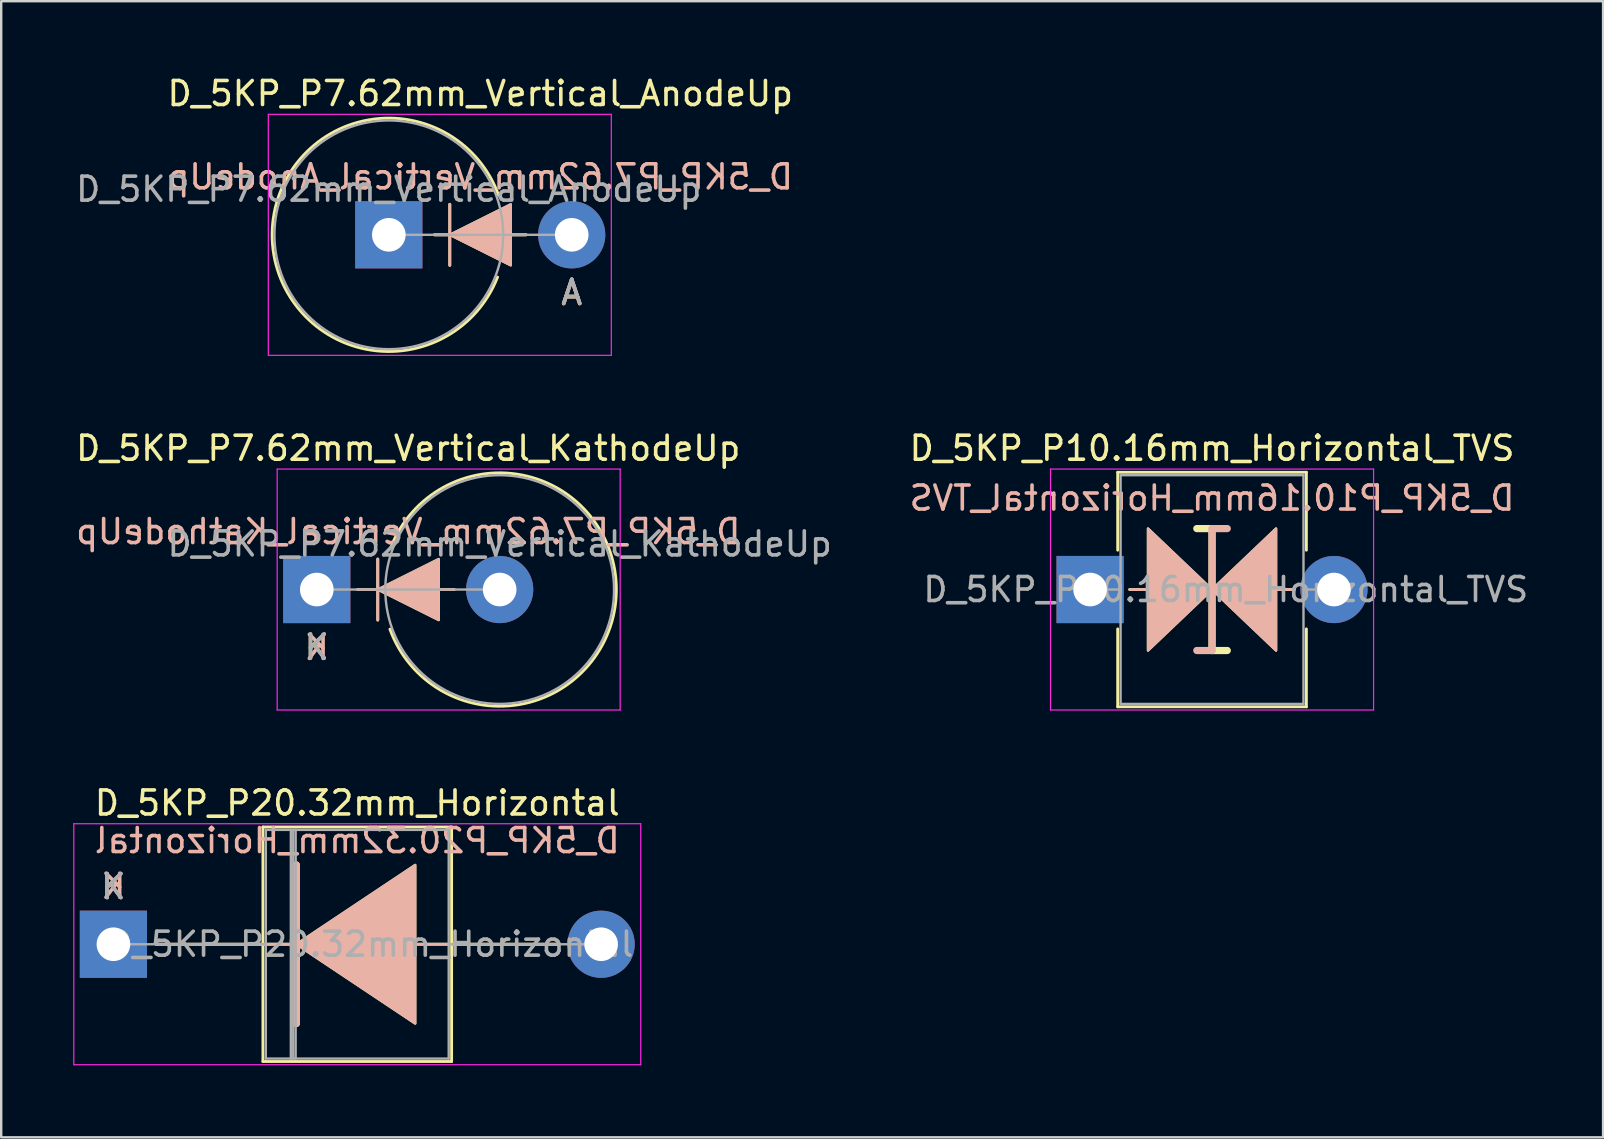
<source format=kicad_pcb>
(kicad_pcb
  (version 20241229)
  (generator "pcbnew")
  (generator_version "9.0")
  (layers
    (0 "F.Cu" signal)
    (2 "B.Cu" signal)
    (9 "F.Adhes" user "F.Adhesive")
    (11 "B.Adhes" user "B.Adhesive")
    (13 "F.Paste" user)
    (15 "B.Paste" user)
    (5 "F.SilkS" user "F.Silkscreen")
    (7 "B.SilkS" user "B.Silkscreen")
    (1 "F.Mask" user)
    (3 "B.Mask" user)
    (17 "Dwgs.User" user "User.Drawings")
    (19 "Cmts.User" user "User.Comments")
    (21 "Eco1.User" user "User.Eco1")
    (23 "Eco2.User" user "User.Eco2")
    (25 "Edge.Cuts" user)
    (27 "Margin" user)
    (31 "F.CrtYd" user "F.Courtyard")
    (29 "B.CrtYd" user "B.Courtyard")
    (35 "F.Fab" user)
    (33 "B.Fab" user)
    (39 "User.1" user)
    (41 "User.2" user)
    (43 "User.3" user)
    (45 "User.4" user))
  (footprint "D_5KP_P20.32mm_Horizontal"
    (layer "F.Cu")
    (at 1.675 36.29)
    (property "Reference" "D_5KP_P20.32mm_Horizontal" (at 10.16 -5.885 0) (layer "F.SilkS") (effects (font (size 1 1) (thickness 0.15))))
    (fp_line (start 1.778 0) (end 7.493 0) (stroke (width 0.12) (type solid)) (layer "F.SilkS"))
    (fp_line (start 6.23 -4.885) (end 6.23 4.885) (stroke (width 0.12) (type solid)) (layer "F.SilkS"))
    (fp_line (start 6.23 4.885) (end 14.09 4.885) (stroke (width 0.12) (type solid)) (layer "F.SilkS"))
    (fp_line (start 7.62 -3.302) (end 7.62 3.302) (stroke (width 0.3) (type solid)) (layer "F.SilkS"))
    (fp_line (start 14.09 -4.885) (end 6.23 -4.885) (stroke (width 0.12) (type solid)) (layer "F.SilkS"))
    (fp_line (start 14.09 4.885) (end 14.09 -4.885) (stroke (width 0.12) (type solid)) (layer "F.SilkS"))
    (fp_line (start 18.542 0) (end 12.61 0) (stroke (width 0.12) (type solid)) (layer "F.SilkS"))
    (fp_poly (pts (xy 12.573 3.302) (xy 7.62 0) (xy 12.573 -3.302)) (stroke (width 0.1) (type solid)) (fill yes) (layer "F.SilkS"))
    (fp_line (start 1.778 0) (end 7.493 0) (stroke (width 0.12) (type solid)) (layer "B.SilkS"))
    (fp_line (start 7.62 3.302) (end 7.62 -3.302) (stroke (width 0.3) (type solid)) (layer "B.SilkS"))
    (fp_line (start 18.542 0) (end 12.61 0) (stroke (width 0.12) (type solid)) (layer "B.SilkS"))
    (fp_poly (pts (xy 12.573 -3.302) (xy 7.62 0) (xy 12.573 3.302)) (stroke (width 0.1) (type solid)) (fill yes) (layer "B.SilkS"))
    (fp_line (start -1.65 -5.02) (end -1.65 5.02) (stroke (width 0.05) (type solid)) (layer "F.CrtYd"))
    (fp_line (start -1.65 5.02) (end 21.97 5.02) (stroke (width 0.05) (type solid)) (layer "F.CrtYd"))
    (fp_line (start 21.97 -5.02) (end -1.65 -5.02) (stroke (width 0.05) (type solid)) (layer "F.CrtYd"))
    (fp_line (start 21.97 5.02) (end 21.97 -5.02) (stroke (width 0.05) (type solid)) (layer "F.CrtYd"))
    (fp_line (start 0 0) (end 6.35 0) (stroke (width 0.1) (type solid)) (layer "F.Fab"))
    (fp_line (start 6.35 -4.765) (end 6.35 4.765) (stroke (width 0.1) (type solid)) (layer "F.Fab"))
    (fp_line (start 6.35 4.765) (end 13.97 4.765) (stroke (width 0.1) (type solid)) (layer "F.Fab"))
    (fp_line (start 7.393 -4.765) (end 7.393 4.765) (stroke (width 0.1) (type solid)) (layer "F.Fab"))
    (fp_line (start 7.493 -4.765) (end 7.493 4.765) (stroke (width 0.1) (type solid)) (layer "F.Fab"))
    (fp_line (start 7.593 -4.765) (end 7.593 4.765) (stroke (width 0.1) (type solid)) (layer "F.Fab"))
    (fp_line (start 13.97 -4.765) (end 6.35 -4.765) (stroke (width 0.1) (type solid)) (layer "F.Fab"))
    (fp_line (start 13.97 4.765) (end 13.97 -4.765) (stroke (width 0.1) (type solid)) (layer "F.Fab"))
    (fp_line (start 20.32 0) (end 13.97 0) (stroke (width 0.1) (type solid)) (layer "F.Fab"))
    (fp_text user "K" (at 0 -2.4 0) (layer "F.SilkS") (effects (font (size 1 1) (thickness 0.15))))
    (fp_text user "${REFERENCE}" (at 10.16 -4.318 0) (layer "B.SilkS") (effects (font (size 1 1) (thickness 0.15)) (justify mirror)))
    (fp_text user "K" (at 0 -2.413 0) (layer "B.SilkS") (effects (font (size 1 1) (thickness 0.15)) (justify mirror)))
    (fp_text user "${REFERENCE}" (at 10.732 0 0) (layer "F.Fab") (effects (font (size 1 1) (thickness 0.15))))
    (fp_text user "K" (at 0 -2.4 0) (layer "F.Fab") (effects (font (size 1 1) (thickness 0.15))))
    (pad "1" thru_hole rect (at 0 0) (size 2.8 2.8) (drill 1.4) (layers "*.Cu" "*.Mask"))
    (pad "2" thru_hole oval (at 20.32 0) (size 2.8 2.8) (drill 1.4) (layers "*.Cu" "*.Mask")))
  (footprint "D_5KP_P10.16mm_Horizontal_TVS"
    (layer "F.Cu")
    (at 42.367 21.512)
    (property "Reference" "D_5KP_P10.16mm_Horizontal_TVS" (at 5.08 -5.885 0) (layer "F.SilkS") (effects (font (size 1 1) (thickness 0.15))))
    (fp_line (start 1.15 -4.885) (end 9.01 -4.885) (stroke (width 0.12) (type solid)) (layer "F.SilkS"))
    (fp_line (start 1.15 -1.64) (end 1.15 -4.885) (stroke (width 0.12) (type solid)) (layer "F.SilkS"))
    (fp_line (start 1.15 1.64) (end 1.15 4.885) (stroke (width 0.12) (type solid)) (layer "F.SilkS"))
    (fp_line (start 1.15 4.885) (end 9.01 4.885) (stroke (width 0.12) (type solid)) (layer "F.SilkS"))
    (fp_line (start 1.651 0) (end 2.413 0) (stroke (width 0.12) (type solid)) (layer "F.SilkS"))
    (fp_line (start 5.08 -2.54) (end 4.445 -2.54) (stroke (width 0.3) (type solid)) (layer "F.SilkS"))
    (fp_line (start 5.08 2.54) (end 5.08 -2.54) (stroke (width 0.3) (type solid)) (layer "F.SilkS"))
    (fp_line (start 5.715 2.54) (end 5.08 2.54) (stroke (width 0.3) (type solid)) (layer "F.SilkS"))
    (fp_line (start 8.509 0) (end 7.747 0) (stroke (width 0.12) (type solid)) (layer "F.SilkS"))
    (fp_line (start 9.01 -4.885) (end 9.01 -1.64) (stroke (width 0.12) (type solid)) (layer "F.SilkS"))
    (fp_line (start 9.01 4.885) (end 9.01 1.64) (stroke (width 0.12) (type solid)) (layer "F.SilkS"))
    (fp_poly (pts (xy 5.08 0) (xy 2.413 2.54) (xy 2.413 -2.54)) (stroke (width 0.1) (type solid)) (fill yes) (layer "F.SilkS"))
    (fp_poly (pts (xy 5.08 0) (xy 7.747 -2.54) (xy 7.747 2.54)) (stroke (width 0.1) (type solid)) (fill yes) (layer "F.SilkS"))
    (fp_line (start 1.651 0) (end 2.413 0) (stroke (width 0.12) (type solid)) (layer "B.SilkS"))
    (fp_line (start 5.08 -2.54) (end 5.08 2.54) (stroke (width 0.3) (type solid)) (layer "B.SilkS"))
    (fp_line (start 5.08 2.54) (end 4.445 2.54) (stroke (width 0.3) (type solid)) (layer "B.SilkS"))
    (fp_line (start 5.715 -2.54) (end 5.08 -2.54) (stroke (width 0.3) (type solid)) (layer "B.SilkS"))
    (fp_line (start 8.509 0) (end 7.747 0) (stroke (width 0.12) (type solid)) (layer "B.SilkS"))
    (fp_poly (pts (xy 5.08 0) (xy 2.413 -2.54) (xy 2.413 2.54)) (stroke (width 0.1) (type solid)) (fill yes) (layer "B.SilkS"))
    (fp_poly (pts (xy 5.08 0) (xy 7.747 2.54) (xy 7.747 -2.54)) (stroke (width 0.1) (type solid)) (fill yes) (layer "B.SilkS"))
    (fp_line (start -1.65 -5.02) (end -1.65 5.02) (stroke (width 0.05) (type solid)) (layer "F.CrtYd"))
    (fp_line (start -1.65 5.02) (end 11.81 5.02) (stroke (width 0.05) (type solid)) (layer "F.CrtYd"))
    (fp_line (start 11.81 -5.02) (end -1.65 -5.02) (stroke (width 0.05) (type solid)) (layer "F.CrtYd"))
    (fp_line (start 11.81 5.02) (end 11.81 -5.02) (stroke (width 0.05) (type solid)) (layer "F.CrtYd"))
    (fp_line (start 0 0) (end 1.27 0) (stroke (width 0.1) (type solid)) (layer "F.Fab"))
    (fp_line (start 1.27 -4.765) (end 1.27 4.765) (stroke (width 0.1) (type solid)) (layer "F.Fab"))
    (fp_line (start 1.27 4.765) (end 8.89 4.765) (stroke (width 0.1) (type solid)) (layer "F.Fab"))
    (fp_line (start 8.89 -4.765) (end 1.27 -4.765) (stroke (width 0.1) (type solid)) (layer "F.Fab"))
    (fp_line (start 8.89 4.765) (end 8.89 -4.765) (stroke (width 0.1) (type solid)) (layer "F.Fab"))
    (fp_line (start 10.16 0) (end 8.89 0) (stroke (width 0.1) (type solid)) (layer "F.Fab"))
    (fp_text user "${REFERENCE}" (at 5.08 -3.81 0) (layer "B.SilkS") (effects (font (size 1 1) (thickness 0.15)) (justify mirror)))
    (fp_text user "${REFERENCE}" (at 5.652 0 0) (layer "F.Fab") (effects (font (size 1 1) (thickness 0.15))))
    (pad "1" thru_hole rect (at 0 0) (size 2.8 2.8) (drill 1.4) (layers "*.Cu" "*.Mask"))
    (pad "2" thru_hole oval (at 10.16 0) (size 2.8 2.8) (drill 1.4) (layers "*.Cu" "*.Mask")))
  (footprint "D_5KP_P7.62mm_Vertical_AnodeUp"
    (layer "F.Cu")
    (at 13.149 6.733)
    (property "Reference" "D_5KP_P7.62mm_Vertical_AnodeUp" (at 3.81 -5.885 0) (layer "F.SilkS") (effects (font (size 1 1) (thickness 0.15))))
    (fp_line (start 1.905 0) (end 5.72 0) (stroke (width 0.12) (type solid)) (layer "F.SilkS"))
    (fp_line (start 2.54 1.27) (end 2.54 -1.27) (stroke (width 0.12) (type solid)) (layer "F.SilkS"))
    (fp_arc (start 4.530442 1.761839) (mid -4.860605 -0.059187) (end 4.572 -1.650999) (stroke (width 0.12) (type solid)) (layer "F.SilkS"))
    (fp_poly (pts (xy 5.08 1.27) (xy 2.54 0) (xy 5.08 -1.27)) (stroke (width 0.1) (type solid)) (fill yes) (layer "F.SilkS"))
    (fp_line (start 1.905 0) (end 5.72 0) (stroke (width 0.12) (type solid)) (layer "B.SilkS"))
    (fp_line (start 2.54 -1.27) (end 2.54 1.27) (stroke (width 0.12) (type solid)) (layer "B.SilkS"))
    (fp_poly (pts (xy 5.08 -1.27) (xy 2.54 0) (xy 5.08 1.27)) (stroke (width 0.1) (type solid)) (fill yes) (layer "B.SilkS"))
    (fp_line (start -5.02 -5.02) (end -5.02 5.02) (stroke (width 0.05) (type solid)) (layer "F.CrtYd"))
    (fp_line (start -5.02 5.02) (end 9.27 5.02) (stroke (width 0.05) (type solid)) (layer "F.CrtYd"))
    (fp_line (start 9.27 -5.02) (end -5.02 -5.02) (stroke (width 0.05) (type solid)) (layer "F.CrtYd"))
    (fp_line (start 9.27 5.02) (end 9.27 -5.02) (stroke (width 0.05) (type solid)) (layer "F.CrtYd"))
    (fp_line (start 0 0) (end 7.62 0) (stroke (width 0.1) (type solid)) (layer "F.Fab"))
    (fp_circle (center 0 0) (end 4.765 0) (stroke (width 0.1) (type solid)) (fill no) (layer "F.Fab"))
    (fp_text user "A" (at 7.62 2.4 0) (layer "F.SilkS") (effects (font (size 1 1) (thickness 0.15))))
    (fp_text user "${REFERENCE}" (at 3.81 -2.413 0) (layer "B.SilkS") (effects (font (size 1 1) (thickness 0.15)) (justify mirror)))
    (fp_text user "A" (at 7.62 2.413 0) (layer "B.SilkS") (effects (font (size 1 1) (thickness 0.15)) (justify mirror)))
    (fp_text user "A" (at 7.62 2.4 0) (layer "F.Fab") (effects (font (size 1 1) (thickness 0.15))))
    (fp_text user "${REFERENCE}" (at 0 -1.9 0) (layer "F.Fab") (effects (font (size 1 1) (thickness 0.15))))
    (pad "1" thru_hole rect (at 0 0) (size 2.8 2.8) (drill 1.4) (layers "*.Cu" "*.Mask"))
    (pad "2" thru_hole oval (at 7.62 0) (size 2.8 2.8) (drill 1.4) (layers "*.Cu" "*.Mask")))
  (footprint "D_5KP_P7.62mm_Vertical_KathodeUp"
    (layer "F.Cu")
    (at 10.148 21.512)
    (property "Reference" "D_5KP_P7.62mm_Vertical_KathodeUp" (at 3.81 -5.885 0) (layer "F.SilkS") (effects (font (size 1 1) (thickness 0.15))))
    (fp_line (start 1.905 0) (end 5.72 0) (stroke (width 0.12) (type solid)) (layer "F.SilkS"))
    (fp_line (start 2.54 1.27) (end 2.54 -1.27) (stroke (width 0.12) (type solid)) (layer "F.SilkS"))
    (fp_line (start 2.735 0) (end 1.7 0) (stroke (width 0.12) (type solid)) (layer "F.SilkS"))
    (fp_arc (start 3.089558 -1.761839) (mid 12.480605 0.059187) (end 3.048 1.650999) (stroke (width 0.12) (type solid)) (layer "F.SilkS"))
    (fp_poly (pts (xy 5.08 1.27) (xy 2.54 0) (xy 5.08 -1.27)) (stroke (width 0.1) (type solid)) (fill yes) (layer "F.SilkS"))
    (fp_line (start 1.905 0) (end 5.72 0) (stroke (width 0.12) (type solid)) (layer "B.SilkS"))
    (fp_line (start 2.54 -1.27) (end 2.54 1.27) (stroke (width 0.12) (type solid)) (layer "B.SilkS"))
    (fp_line (start 2.735 0) (end 1.7 0) (stroke (width 0.12) (type solid)) (layer "B.SilkS"))
    (fp_poly (pts (xy 5.08 -1.27) (xy 2.54 0) (xy 5.08 1.27)) (stroke (width 0.1) (type solid)) (fill yes) (layer "B.SilkS"))
    (fp_line (start -1.65 -5.02) (end -1.65 5.02) (stroke (width 0.05) (type solid)) (layer "F.CrtYd"))
    (fp_line (start -1.65 5.02) (end 12.64 5.02) (stroke (width 0.05) (type solid)) (layer "F.CrtYd"))
    (fp_line (start 12.64 -5.02) (end -1.65 -5.02) (stroke (width 0.05) (type solid)) (layer "F.CrtYd"))
    (fp_line (start 12.64 5.02) (end 12.64 -5.02) (stroke (width 0.05) (type solid)) (layer "F.CrtYd"))
    (fp_line (start 0 0) (end 7.62 0) (stroke (width 0.1) (type solid)) (layer "F.Fab"))
    (fp_circle (center 7.62 0) (end 12.385 0) (stroke (width 0.1) (type solid)) (fill no) (layer "F.Fab"))
    (fp_text user "K" (at 0 2.4 0) (layer "F.SilkS") (effects (font (size 1 1) (thickness 0.15))))
    (fp_text user "K" (at 0 2.413 0) (layer "B.SilkS") (effects (font (size 1 1) (thickness 0.15)) (justify mirror)))
    (fp_text user "${REFERENCE}" (at 3.81 -2.413 0) (layer "B.SilkS") (effects (font (size 1 1) (thickness 0.15)) (justify mirror)))
    (fp_text user "K" (at 0 2.4 0) (layer "F.Fab") (effects (font (size 1 1) (thickness 0.15))))
    (fp_text user "${REFERENCE}" (at 7.62 -1.9 0) (layer "F.Fab") (effects (font (size 1 1) (thickness 0.15))))
    (pad "1" thru_hole rect (at 0 0) (size 2.8 2.8) (drill 1.4) (layers "*.Cu" "*.Mask"))
    (pad "2" thru_hole oval (at 7.62 0) (size 2.8 2.8) (drill 1.4) (layers "*.Cu" "*.Mask")))
  (gr_rect
    (start -3 -3)
    (end 63.739 44.335)
    (stroke (width 0.1) (type default))
    (fill no)
    (layer "Edge.Cuts")))
</source>
